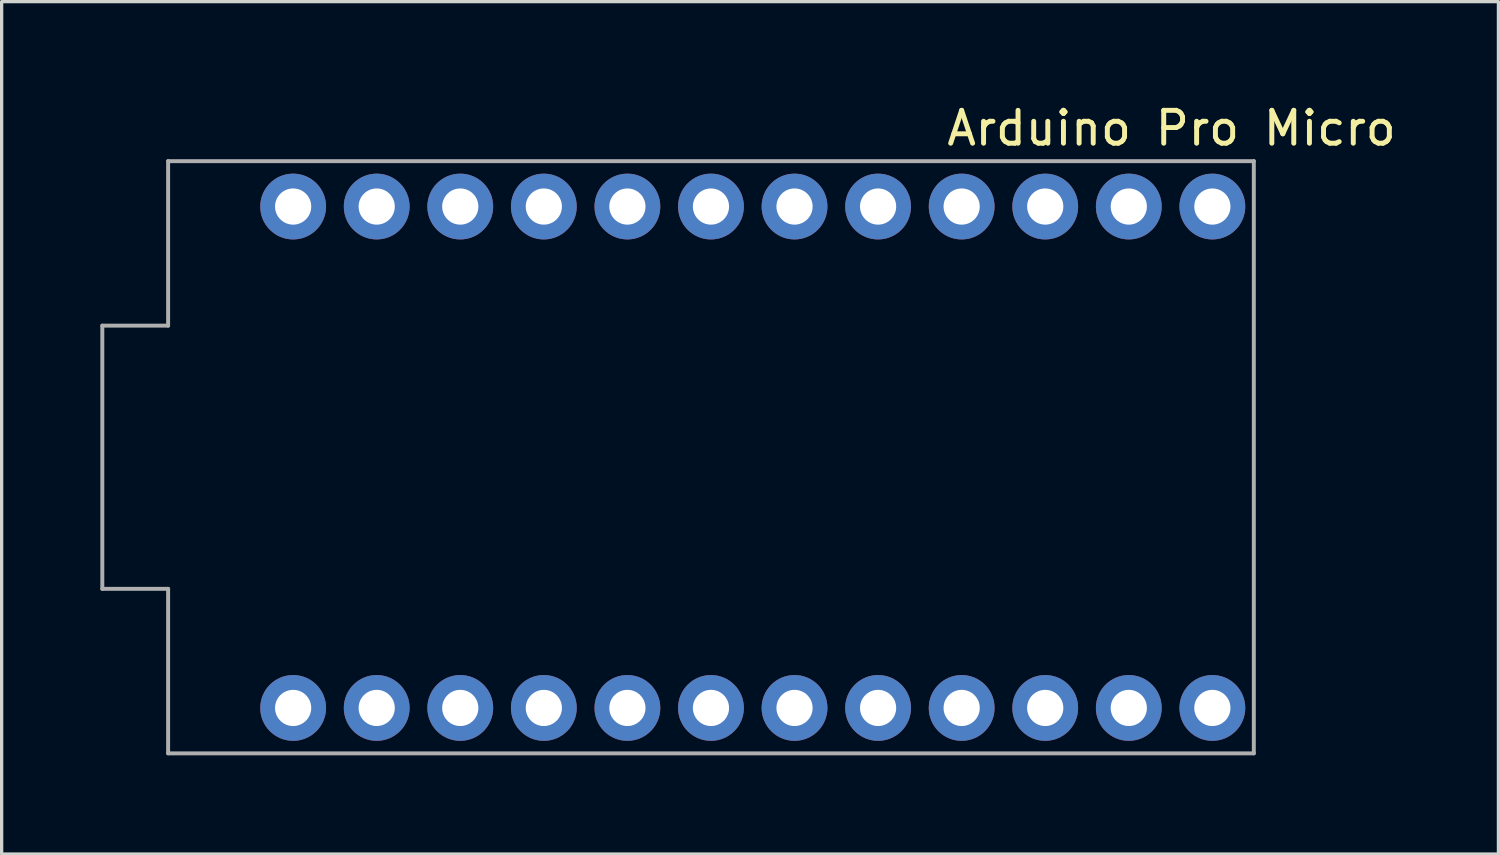
<source format=kicad_pcb>
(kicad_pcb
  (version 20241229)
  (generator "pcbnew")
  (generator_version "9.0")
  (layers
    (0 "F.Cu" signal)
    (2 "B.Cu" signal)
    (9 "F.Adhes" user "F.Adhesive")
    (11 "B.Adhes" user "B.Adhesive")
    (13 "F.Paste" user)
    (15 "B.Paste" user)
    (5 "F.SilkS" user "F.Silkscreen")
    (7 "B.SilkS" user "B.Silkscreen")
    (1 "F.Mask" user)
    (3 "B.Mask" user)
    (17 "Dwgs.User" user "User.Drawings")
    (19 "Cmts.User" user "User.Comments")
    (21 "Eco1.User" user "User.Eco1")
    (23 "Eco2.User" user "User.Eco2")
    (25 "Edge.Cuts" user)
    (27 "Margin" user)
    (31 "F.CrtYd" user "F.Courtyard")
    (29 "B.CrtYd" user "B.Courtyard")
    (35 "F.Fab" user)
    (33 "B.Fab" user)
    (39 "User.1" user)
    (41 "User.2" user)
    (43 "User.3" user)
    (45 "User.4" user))
  (footprint "Arduino Pro Micro"
    (layer "F.Cu")
    (at 18.56 10.848)
    (property "Reference" "Arduino Pro Micro" (at 14 -10 0) (layer "F.SilkS") (effects (font (size 1 1) (thickness 0.15))))
    (attr through_hole)
    (fp_line (start -18.5 -4) (end -18.5 4) (stroke (width 0.12) (type solid)) (layer "F.Fab"))
    (fp_line (start -18.5 4) (end -16.5 4) (stroke (width 0.12) (type solid)) (layer "F.Fab"))
    (fp_line (start -16.5 -9) (end -16.5 -4) (stroke (width 0.12) (type solid)) (layer "F.Fab"))
    (fp_line (start -16.5 -9) (end 16.5 -9) (stroke (width 0.12) (type solid)) (layer "F.Fab"))
    (fp_line (start -16.5 -4) (end -18.5 -4) (stroke (width 0.12) (type solid)) (layer "F.Fab"))
    (fp_line (start -16.5 9) (end -16.5 4) (stroke (width 0.12) (type solid)) (layer "F.Fab"))
    (fp_line (start 16.5 -9) (end 16.5 9) (stroke (width 0.12) (type solid)) (layer "F.Fab"))
    (fp_line (start 16.5 9) (end -16.5 9) (stroke (width 0.12) (type solid)) (layer "F.Fab"))
    (pad "1" thru_hole circle (at -12.7 7.62) (size 2 2) (drill 1.1) (layers "*.Cu" "*.Mask"))
    (pad "2" thru_hole circle (at -10.16 7.62) (size 2 2) (drill 1.1) (layers "*.Cu" "*.Mask"))
    (pad "3" thru_hole circle (at -7.62 7.62) (size 2 2) (drill 1.1) (layers "*.Cu" "*.Mask"))
    (pad "4" thru_hole circle (at -5.08 7.62) (size 2 2) (drill 1.1) (layers "*.Cu" "*.Mask"))
    (pad "5" thru_hole circle (at -2.54 7.62) (size 2 2) (drill 1.1) (layers "*.Cu" "*.Mask"))
    (pad "6" thru_hole circle (at 0 7.62) (size 2 2) (drill 1.1) (layers "*.Cu" "*.Mask"))
    (pad "7" thru_hole circle (at 2.54 7.62) (size 2 2) (drill 1.1) (layers "*.Cu" "*.Mask"))
    (pad "8" thru_hole circle (at 5.08 7.62) (size 2 2) (drill 1.1) (layers "*.Cu" "*.Mask"))
    (pad "9" thru_hole circle (at 7.62 7.62) (size 2 2) (drill 1.1) (layers "*.Cu" "*.Mask"))
    (pad "10" thru_hole circle (at 10.16 7.62) (size 2 2) (drill 1.1) (layers "*.Cu" "*.Mask"))
    (pad "11" thru_hole circle (at 12.7 7.62) (size 2 2) (drill 1.1) (layers "*.Cu" "*.Mask"))
    (pad "12" thru_hole circle (at 15.24 7.62) (size 2 2) (drill 1.1) (layers "*.Cu" "*.Mask"))
    (pad "13" thru_hole circle (at 15.24 -7.62) (size 2 2) (drill 1.1) (layers "*.Cu" "*.Mask"))
    (pad "14" thru_hole circle (at 12.7 -7.62) (size 2 2) (drill 1.1) (layers "*.Cu" "*.Mask"))
    (pad "15" thru_hole circle (at 10.16 -7.62) (size 2 2) (drill 1.1) (layers "*.Cu" "*.Mask"))
    (pad "16" thru_hole circle (at 7.62 -7.62) (size 2 2) (drill 1.1) (layers "*.Cu" "*.Mask"))
    (pad "17" thru_hole circle (at 5.08 -7.62) (size 2 2) (drill 1.1) (layers "*.Cu" "*.Mask"))
    (pad "18" thru_hole circle (at 2.54 -7.62) (size 2 2) (drill 1.1) (layers "*.Cu" "*.Mask"))
    (pad "19" thru_hole circle (at 0 -7.62) (size 2 2) (drill 1.1) (layers "*.Cu" "*.Mask"))
    (pad "20" thru_hole circle (at -2.54 -7.62) (size 2 2) (drill 1.1) (layers "*.Cu" "*.Mask"))
    (pad "21" thru_hole circle (at -5.08 -7.62) (size 2 2) (drill 1.1) (layers "*.Cu" "*.Mask"))
    (pad "22" thru_hole circle (at -7.62 -7.62) (size 2 2) (drill 1.1) (layers "*.Cu" "*.Mask"))
    (pad "23" thru_hole circle (at -10.16 -7.62) (size 2 2) (drill 1.1) (layers "*.Cu" "*.Mask"))
    (pad "24" thru_hole circle (at -12.7 -7.62) (size 2 2) (drill 1.1) (layers "*.Cu" "*.Mask")))
  (gr_rect
    (start -3 -3)
    (end 42.495 22.908)
    (stroke (width 0.1) (type default))
    (fill no)
    (layer "Edge.Cuts")))
</source>
